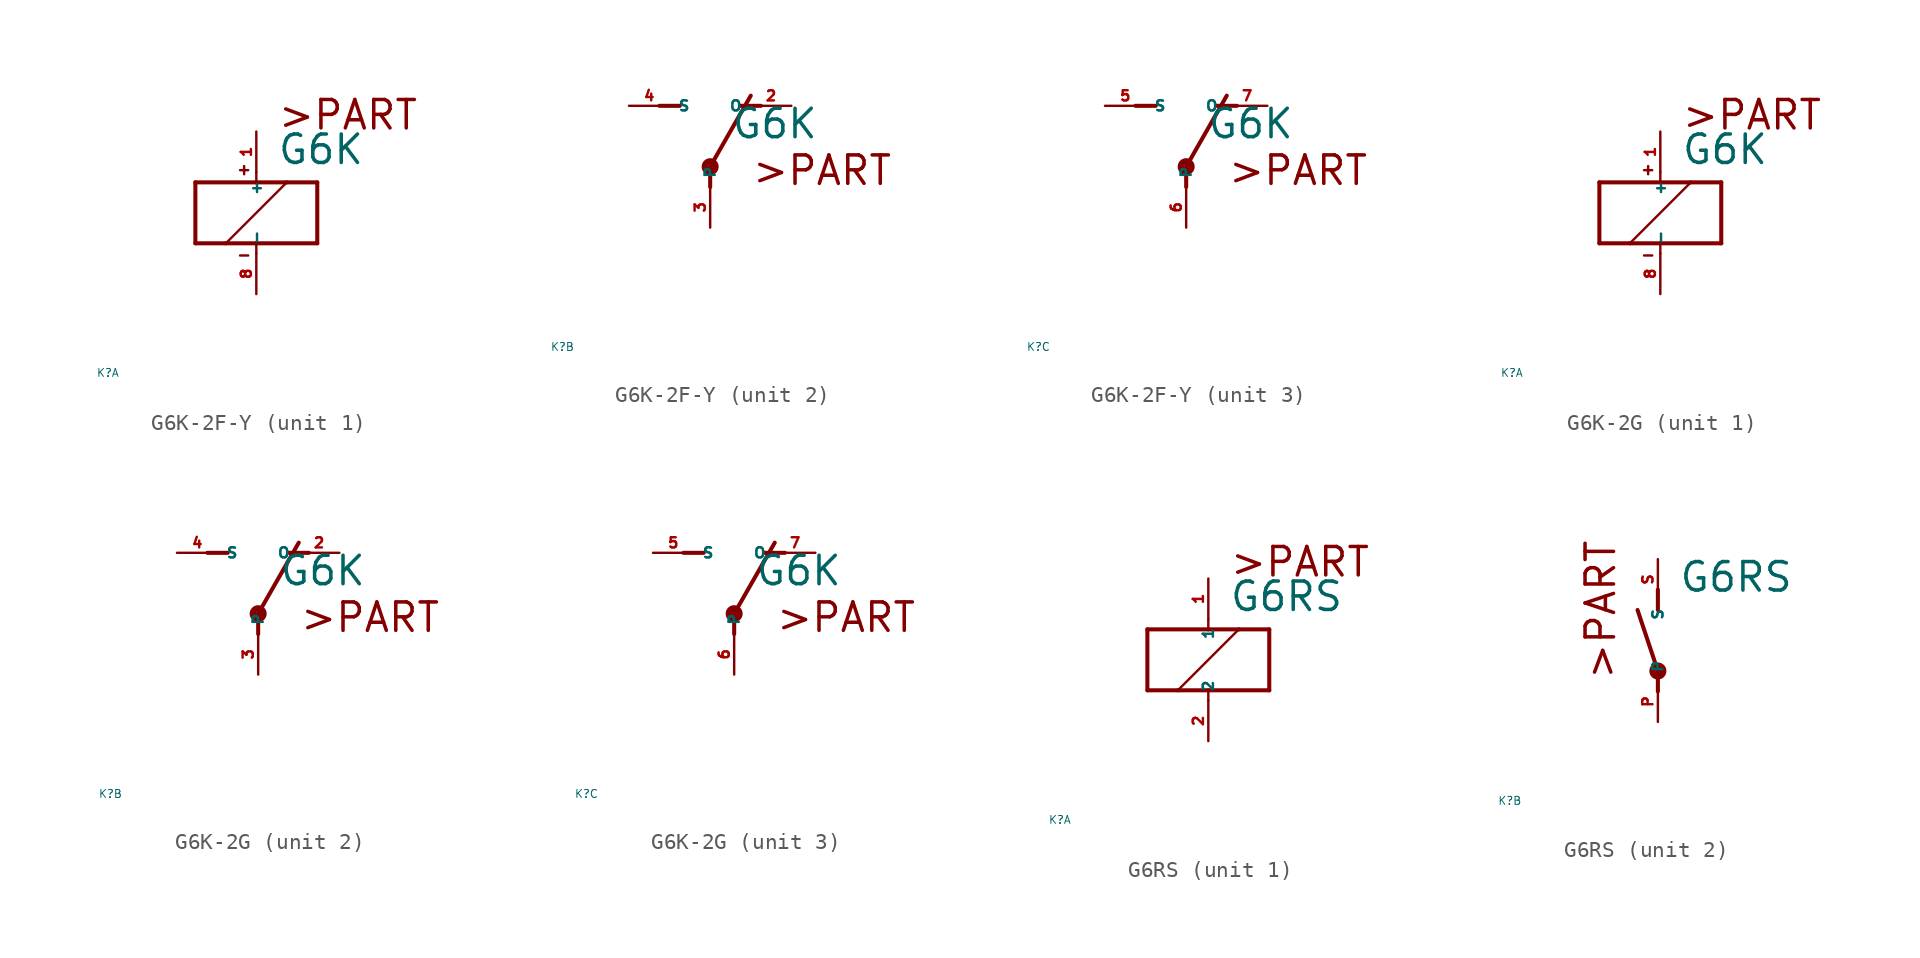
<source format=kicad_sym>
(kicad_symbol_lib
  (version 20220914)
  (generator Eagle2Kicad)
  (symbol "G6K-2F-Y"
    (property "Reference" "K"
      (at -10 -10 0)
      (effects (font (size 0.5 0.5) (thickness 0.06)) (justify left)))
    (property "Value" "G6K"
      (at 1.27 2.921 0)
      (effects (font (size 1.778 1.778) (thickness 0.22)) (justify left bottom)))
    (symbol "G6K-2F-Y_1_0"
      (polyline (pts (xy -3.81 -1.905) (xy -1.905 -1.905)) (stroke (width 0.254) (type default)) (fill (type none)))
      (polyline (pts (xy 3.81 -1.905) (xy 3.81 1.905)) (stroke (width 0.254) (type default)) (fill (type none)))
      (polyline (pts (xy 3.81 1.905) (xy 1.905 1.905)) (stroke (width 0.254) (type default)) (fill (type none)))
      (polyline (pts (xy -3.81 1.905) (xy -3.81 -1.905)) (stroke (width 0.254) (type default)) (fill (type none)))
      (polyline (pts (xy 0 -2.54) (xy 0 -1.905)) (stroke (width 0.152) (type default)) (fill (type none)))
      (polyline (pts (xy 0 -1.905) (xy 3.81 -1.905)) (stroke (width 0.254) (type default)) (fill (type none)))
      (polyline (pts (xy 0 2.54) (xy 0 1.905)) (stroke (width 0.152) (type default)) (fill (type none)))
      (polyline (pts (xy 0 1.905) (xy -3.81 1.905)) (stroke (width 0.254) (type default)) (fill (type none)))
      (polyline (pts (xy -1.905 -1.905) (xy 1.905 1.905)) (stroke (width 0.152) (type default)) (fill (type none)))
      (polyline (pts (xy -1.905 -1.905) (xy 0 -1.905)) (stroke (width 0.254) (type default)) (fill (type none)))
      (polyline (pts (xy 1.905 1.905) (xy 0 1.905)) (stroke (width 0.254) (type default)) (fill (type none)))
      (polyline (pts (xy -1.016 2.667) (xy -0.508 2.667)) (stroke (width 0.152) (type default)) (fill (type none)))
      (polyline (pts (xy -0.762 2.921) (xy -0.762 2.413)) (stroke (width 0.152) (type default)) (fill (type none)))
      (polyline (pts (xy -1.016 -2.667) (xy -0.508 -2.667)) (stroke (width 0.152) (type default)) (fill (type none)))
      (text ">PART" (at 1.27 5.08 0) (effects (font (size 1.778 1.778) (thickness 0.22)) (justify left bottom)))
      (pin passive line (at 0 -5.08 90) (length 2.54) (name "-" (effects (font (size 0.635 0.635) (thickness 0.08)) (justify left bottom))) (number "8" (effects (font (size 0.635 0.635) (thickness 0.08)) (justify left bottom))))
      (pin passive line (at 0 5.08 270) (length 2.54) (name "+" (effects (font (size 0.635 0.635) (thickness 0.08)) (justify left bottom))) (number "1" (effects (font (size 0.635 0.635) (thickness 0.08)) (justify left bottom)))))
    (symbol "G6K-2F-Y_2_0"
      (polyline (pts (xy 3.175 5.08) (xy 1.905 5.08)) (stroke (width 0.254) (type default)) (fill (type none)))
      (polyline (pts (xy -3.175 5.08) (xy -1.905 5.08)) (stroke (width 0.254) (type default)) (fill (type none)))
      (polyline (pts (xy 0 1.27) (xy 2.54 5.715)) (stroke (width 0.254) (type default)) (fill (type none)))
      (polyline (pts (xy 0 1.27) (xy 0 0)) (stroke (width 0.254) (type default)) (fill (type none)))
      (text ">PART" (at 2.54 0 0) (effects (font (size 1.778 1.778) (thickness 0.22)) (justify left bottom)))
      (circle (center 0 1.27) (radius 0.127) (stroke (width 0.406) (type default)) (fill (type none)))
      (pin passive line (at 5.08 5.08 180) (length 2.54) (name "O" (effects (font (size 0.635 0.635) (thickness 0.08)) (justify left bottom))) (number "2" (effects (font (size 0.635 0.635) (thickness 0.08)) (justify left bottom))))
      (pin passive line (at -5.08 5.08 0) (length 2.54) (name "S" (effects (font (size 0.635 0.635) (thickness 0.08)) (justify left bottom))) (number "4" (effects (font (size 0.635 0.635) (thickness 0.08)) (justify left bottom))))
      (pin passive line (at 0 -2.54 90) (length 2.54) (name "P" (effects (font (size 0.635 0.635) (thickness 0.08)) (justify left bottom))) (number "3" (effects (font (size 0.635 0.635) (thickness 0.08)) (justify left bottom)))))
    (symbol "G6K-2F-Y_3_0"
      (polyline (pts (xy 3.175 5.08) (xy 1.905 5.08)) (stroke (width 0.254) (type default)) (fill (type none)))
      (polyline (pts (xy -3.175 5.08) (xy -1.905 5.08)) (stroke (width 0.254) (type default)) (fill (type none)))
      (polyline (pts (xy 0 1.27) (xy 2.54 5.715)) (stroke (width 0.254) (type default)) (fill (type none)))
      (polyline (pts (xy 0 1.27) (xy 0 0)) (stroke (width 0.254) (type default)) (fill (type none)))
      (text ">PART" (at 2.54 0 0) (effects (font (size 1.778 1.778) (thickness 0.22)) (justify left bottom)))
      (circle (center 0 1.27) (radius 0.127) (stroke (width 0.406) (type default)) (fill (type none)))
      (pin passive line (at 5.08 5.08 180) (length 2.54) (name "O" (effects (font (size 0.635 0.635) (thickness 0.08)) (justify left bottom))) (number "7" (effects (font (size 0.635 0.635) (thickness 0.08)) (justify left bottom))))
      (pin passive line (at -5.08 5.08 0) (length 2.54) (name "S" (effects (font (size 0.635 0.635) (thickness 0.08)) (justify left bottom))) (number "5" (effects (font (size 0.635 0.635) (thickness 0.08)) (justify left bottom))))
      (pin passive line (at 0 -2.54 90) (length 2.54) (name "P" (effects (font (size 0.635 0.635) (thickness 0.08)) (justify left bottom))) (number "6" (effects (font (size 0.635 0.635) (thickness 0.08)) (justify left bottom))))))
  (symbol "G6K-2G"
    (property "Reference" "K"
      (at -10 -10 0)
      (effects (font (size 0.5 0.5) (thickness 0.06)) (justify left)))
    (property "Value" "G6K"
      (at 1.27 2.921 0)
      (effects (font (size 1.778 1.778) (thickness 0.22)) (justify left bottom)))
    (symbol "G6K-2G_1_0"
      (polyline (pts (xy -3.81 -1.905) (xy -1.905 -1.905)) (stroke (width 0.254) (type default)) (fill (type none)))
      (polyline (pts (xy 3.81 -1.905) (xy 3.81 1.905)) (stroke (width 0.254) (type default)) (fill (type none)))
      (polyline (pts (xy 3.81 1.905) (xy 1.905 1.905)) (stroke (width 0.254) (type default)) (fill (type none)))
      (polyline (pts (xy -3.81 1.905) (xy -3.81 -1.905)) (stroke (width 0.254) (type default)) (fill (type none)))
      (polyline (pts (xy 0 -2.54) (xy 0 -1.905)) (stroke (width 0.152) (type default)) (fill (type none)))
      (polyline (pts (xy 0 -1.905) (xy 3.81 -1.905)) (stroke (width 0.254) (type default)) (fill (type none)))
      (polyline (pts (xy 0 2.54) (xy 0 1.905)) (stroke (width 0.152) (type default)) (fill (type none)))
      (polyline (pts (xy 0 1.905) (xy -3.81 1.905)) (stroke (width 0.254) (type default)) (fill (type none)))
      (polyline (pts (xy -1.905 -1.905) (xy 1.905 1.905)) (stroke (width 0.152) (type default)) (fill (type none)))
      (polyline (pts (xy -1.905 -1.905) (xy 0 -1.905)) (stroke (width 0.254) (type default)) (fill (type none)))
      (polyline (pts (xy 1.905 1.905) (xy 0 1.905)) (stroke (width 0.254) (type default)) (fill (type none)))
      (polyline (pts (xy -1.016 2.667) (xy -0.508 2.667)) (stroke (width 0.152) (type default)) (fill (type none)))
      (polyline (pts (xy -0.762 2.921) (xy -0.762 2.413)) (stroke (width 0.152) (type default)) (fill (type none)))
      (polyline (pts (xy -1.016 -2.667) (xy -0.508 -2.667)) (stroke (width 0.152) (type default)) (fill (type none)))
      (text ">PART" (at 1.27 5.08 0) (effects (font (size 1.778 1.778) (thickness 0.22)) (justify left bottom)))
      (pin passive line (at 0 -5.08 90) (length 2.54) (name "-" (effects (font (size 0.635 0.635) (thickness 0.08)) (justify left bottom))) (number "8" (effects (font (size 0.635 0.635) (thickness 0.08)) (justify left bottom))))
      (pin passive line (at 0 5.08 270) (length 2.54) (name "+" (effects (font (size 0.635 0.635) (thickness 0.08)) (justify left bottom))) (number "1" (effects (font (size 0.635 0.635) (thickness 0.08)) (justify left bottom)))))
    (symbol "G6K-2G_2_0"
      (polyline (pts (xy 3.175 5.08) (xy 1.905 5.08)) (stroke (width 0.254) (type default)) (fill (type none)))
      (polyline (pts (xy -3.175 5.08) (xy -1.905 5.08)) (stroke (width 0.254) (type default)) (fill (type none)))
      (polyline (pts (xy 0 1.27) (xy 2.54 5.715)) (stroke (width 0.254) (type default)) (fill (type none)))
      (polyline (pts (xy 0 1.27) (xy 0 0)) (stroke (width 0.254) (type default)) (fill (type none)))
      (text ">PART" (at 2.54 0 0) (effects (font (size 1.778 1.778) (thickness 0.22)) (justify left bottom)))
      (circle (center 0 1.27) (radius 0.127) (stroke (width 0.406) (type default)) (fill (type none)))
      (pin passive line (at 5.08 5.08 180) (length 2.54) (name "O" (effects (font (size 0.635 0.635) (thickness 0.08)) (justify left bottom))) (number "2" (effects (font (size 0.635 0.635) (thickness 0.08)) (justify left bottom))))
      (pin passive line (at -5.08 5.08 0) (length 2.54) (name "S" (effects (font (size 0.635 0.635) (thickness 0.08)) (justify left bottom))) (number "4" (effects (font (size 0.635 0.635) (thickness 0.08)) (justify left bottom))))
      (pin passive line (at 0 -2.54 90) (length 2.54) (name "P" (effects (font (size 0.635 0.635) (thickness 0.08)) (justify left bottom))) (number "3" (effects (font (size 0.635 0.635) (thickness 0.08)) (justify left bottom)))))
    (symbol "G6K-2G_3_0"
      (polyline (pts (xy 3.175 5.08) (xy 1.905 5.08)) (stroke (width 0.254) (type default)) (fill (type none)))
      (polyline (pts (xy -3.175 5.08) (xy -1.905 5.08)) (stroke (width 0.254) (type default)) (fill (type none)))
      (polyline (pts (xy 0 1.27) (xy 2.54 5.715)) (stroke (width 0.254) (type default)) (fill (type none)))
      (polyline (pts (xy 0 1.27) (xy 0 0)) (stroke (width 0.254) (type default)) (fill (type none)))
      (text ">PART" (at 2.54 0 0) (effects (font (size 1.778 1.778) (thickness 0.22)) (justify left bottom)))
      (circle (center 0 1.27) (radius 0.127) (stroke (width 0.406) (type default)) (fill (type none)))
      (pin passive line (at 5.08 5.08 180) (length 2.54) (name "O" (effects (font (size 0.635 0.635) (thickness 0.08)) (justify left bottom))) (number "7" (effects (font (size 0.635 0.635) (thickness 0.08)) (justify left bottom))))
      (pin passive line (at -5.08 5.08 0) (length 2.54) (name "S" (effects (font (size 0.635 0.635) (thickness 0.08)) (justify left bottom))) (number "5" (effects (font (size 0.635 0.635) (thickness 0.08)) (justify left bottom))))
      (pin passive line (at 0 -2.54 90) (length 2.54) (name "P" (effects (font (size 0.635 0.635) (thickness 0.08)) (justify left bottom))) (number "6" (effects (font (size 0.635 0.635) (thickness 0.08)) (justify left bottom))))))
  (symbol "G6RS"
    (property "Reference" "K"
      (at -10 -10 0)
      (effects (font (size 0.5 0.5) (thickness 0.06)) (justify left)))
    (property "Value" "G6RS"
      (at 1.27 2.921 0)
      (effects (font (size 1.778 1.778) (thickness 0.22)) (justify left bottom)))
    (symbol "G6RS_1_0"
      (polyline (pts (xy -3.81 -1.905) (xy -1.905 -1.905)) (stroke (width 0.254) (type default)) (fill (type none)))
      (polyline (pts (xy 3.81 -1.905) (xy 3.81 1.905)) (stroke (width 0.254) (type default)) (fill (type none)))
      (polyline (pts (xy 3.81 1.905) (xy 1.905 1.905)) (stroke (width 0.254) (type default)) (fill (type none)))
      (polyline (pts (xy -3.81 1.905) (xy -3.81 -1.905)) (stroke (width 0.254) (type default)) (fill (type none)))
      (polyline (pts (xy 0 -2.54) (xy 0 -1.905)) (stroke (width 0.152) (type default)) (fill (type none)))
      (polyline (pts (xy 0 -1.905) (xy 3.81 -1.905)) (stroke (width 0.254) (type default)) (fill (type none)))
      (polyline (pts (xy 0 2.54) (xy 0 1.905)) (stroke (width 0.152) (type default)) (fill (type none)))
      (polyline (pts (xy 0 1.905) (xy -3.81 1.905)) (stroke (width 0.254) (type default)) (fill (type none)))
      (polyline (pts (xy -1.905 -1.905) (xy 1.905 1.905)) (stroke (width 0.152) (type default)) (fill (type none)))
      (polyline (pts (xy -1.905 -1.905) (xy 0 -1.905)) (stroke (width 0.254) (type default)) (fill (type none)))
      (polyline (pts (xy 1.905 1.905) (xy 0 1.905)) (stroke (width 0.254) (type default)) (fill (type none)))
      (text ">PART" (at 1.27 5.08 0) (effects (font (size 1.778 1.778) (thickness 0.22)) (justify left bottom)))
      (pin passive line (at 0 -5.08 90) (length 2.54) (name "2" (effects (font (size 0.635 0.635) (thickness 0.08)) (justify left bottom))) (number "2" (effects (font (size 0.635 0.635) (thickness 0.08)) (justify left bottom))))
      (pin passive line (at 0 5.08 270) (length 2.54) (name "1" (effects (font (size 0.635 0.635) (thickness 0.08)) (justify left bottom))) (number "1" (effects (font (size 0.635 0.635) (thickness 0.08)) (justify left bottom)))))
    (symbol "G6RS_2_0"
      (polyline (pts (xy 0 3.175) (xy 0 1.905)) (stroke (width 0.254) (type default)) (fill (type none)))
      (polyline (pts (xy 0 -3.175) (xy 0 -1.905)) (stroke (width 0.254) (type default)) (fill (type none)))
      (polyline (pts (xy 0 -1.905) (xy -1.27 1.905)) (stroke (width 0.254) (type default)) (fill (type none)))
      (text ">PART" (at -2.54 -2.54 900) (effects (font (size 1.778 1.778) (thickness 0.22)) (justify left bottom)))
      (circle (center 0 -1.905) (radius 0.127) (stroke (width 0.406) (type default)) (fill (type none)))
      (pin passive line (at 0 -5.08 90) (length 2.54) (name "P" (effects (font (size 0.635 0.635) (thickness 0.08)) (justify left bottom))) (number "P" (effects (font (size 0.635 0.635) (thickness 0.08)) (justify left bottom))))
      (pin passive line (at 0 5.08 270) (length 2.54) (name "S" (effects (font (size 0.635 0.635) (thickness 0.08)) (justify left bottom))) (number "S" (effects (font (size 0.635 0.635) (thickness 0.08)) (justify left bottom)))))))
</source>
